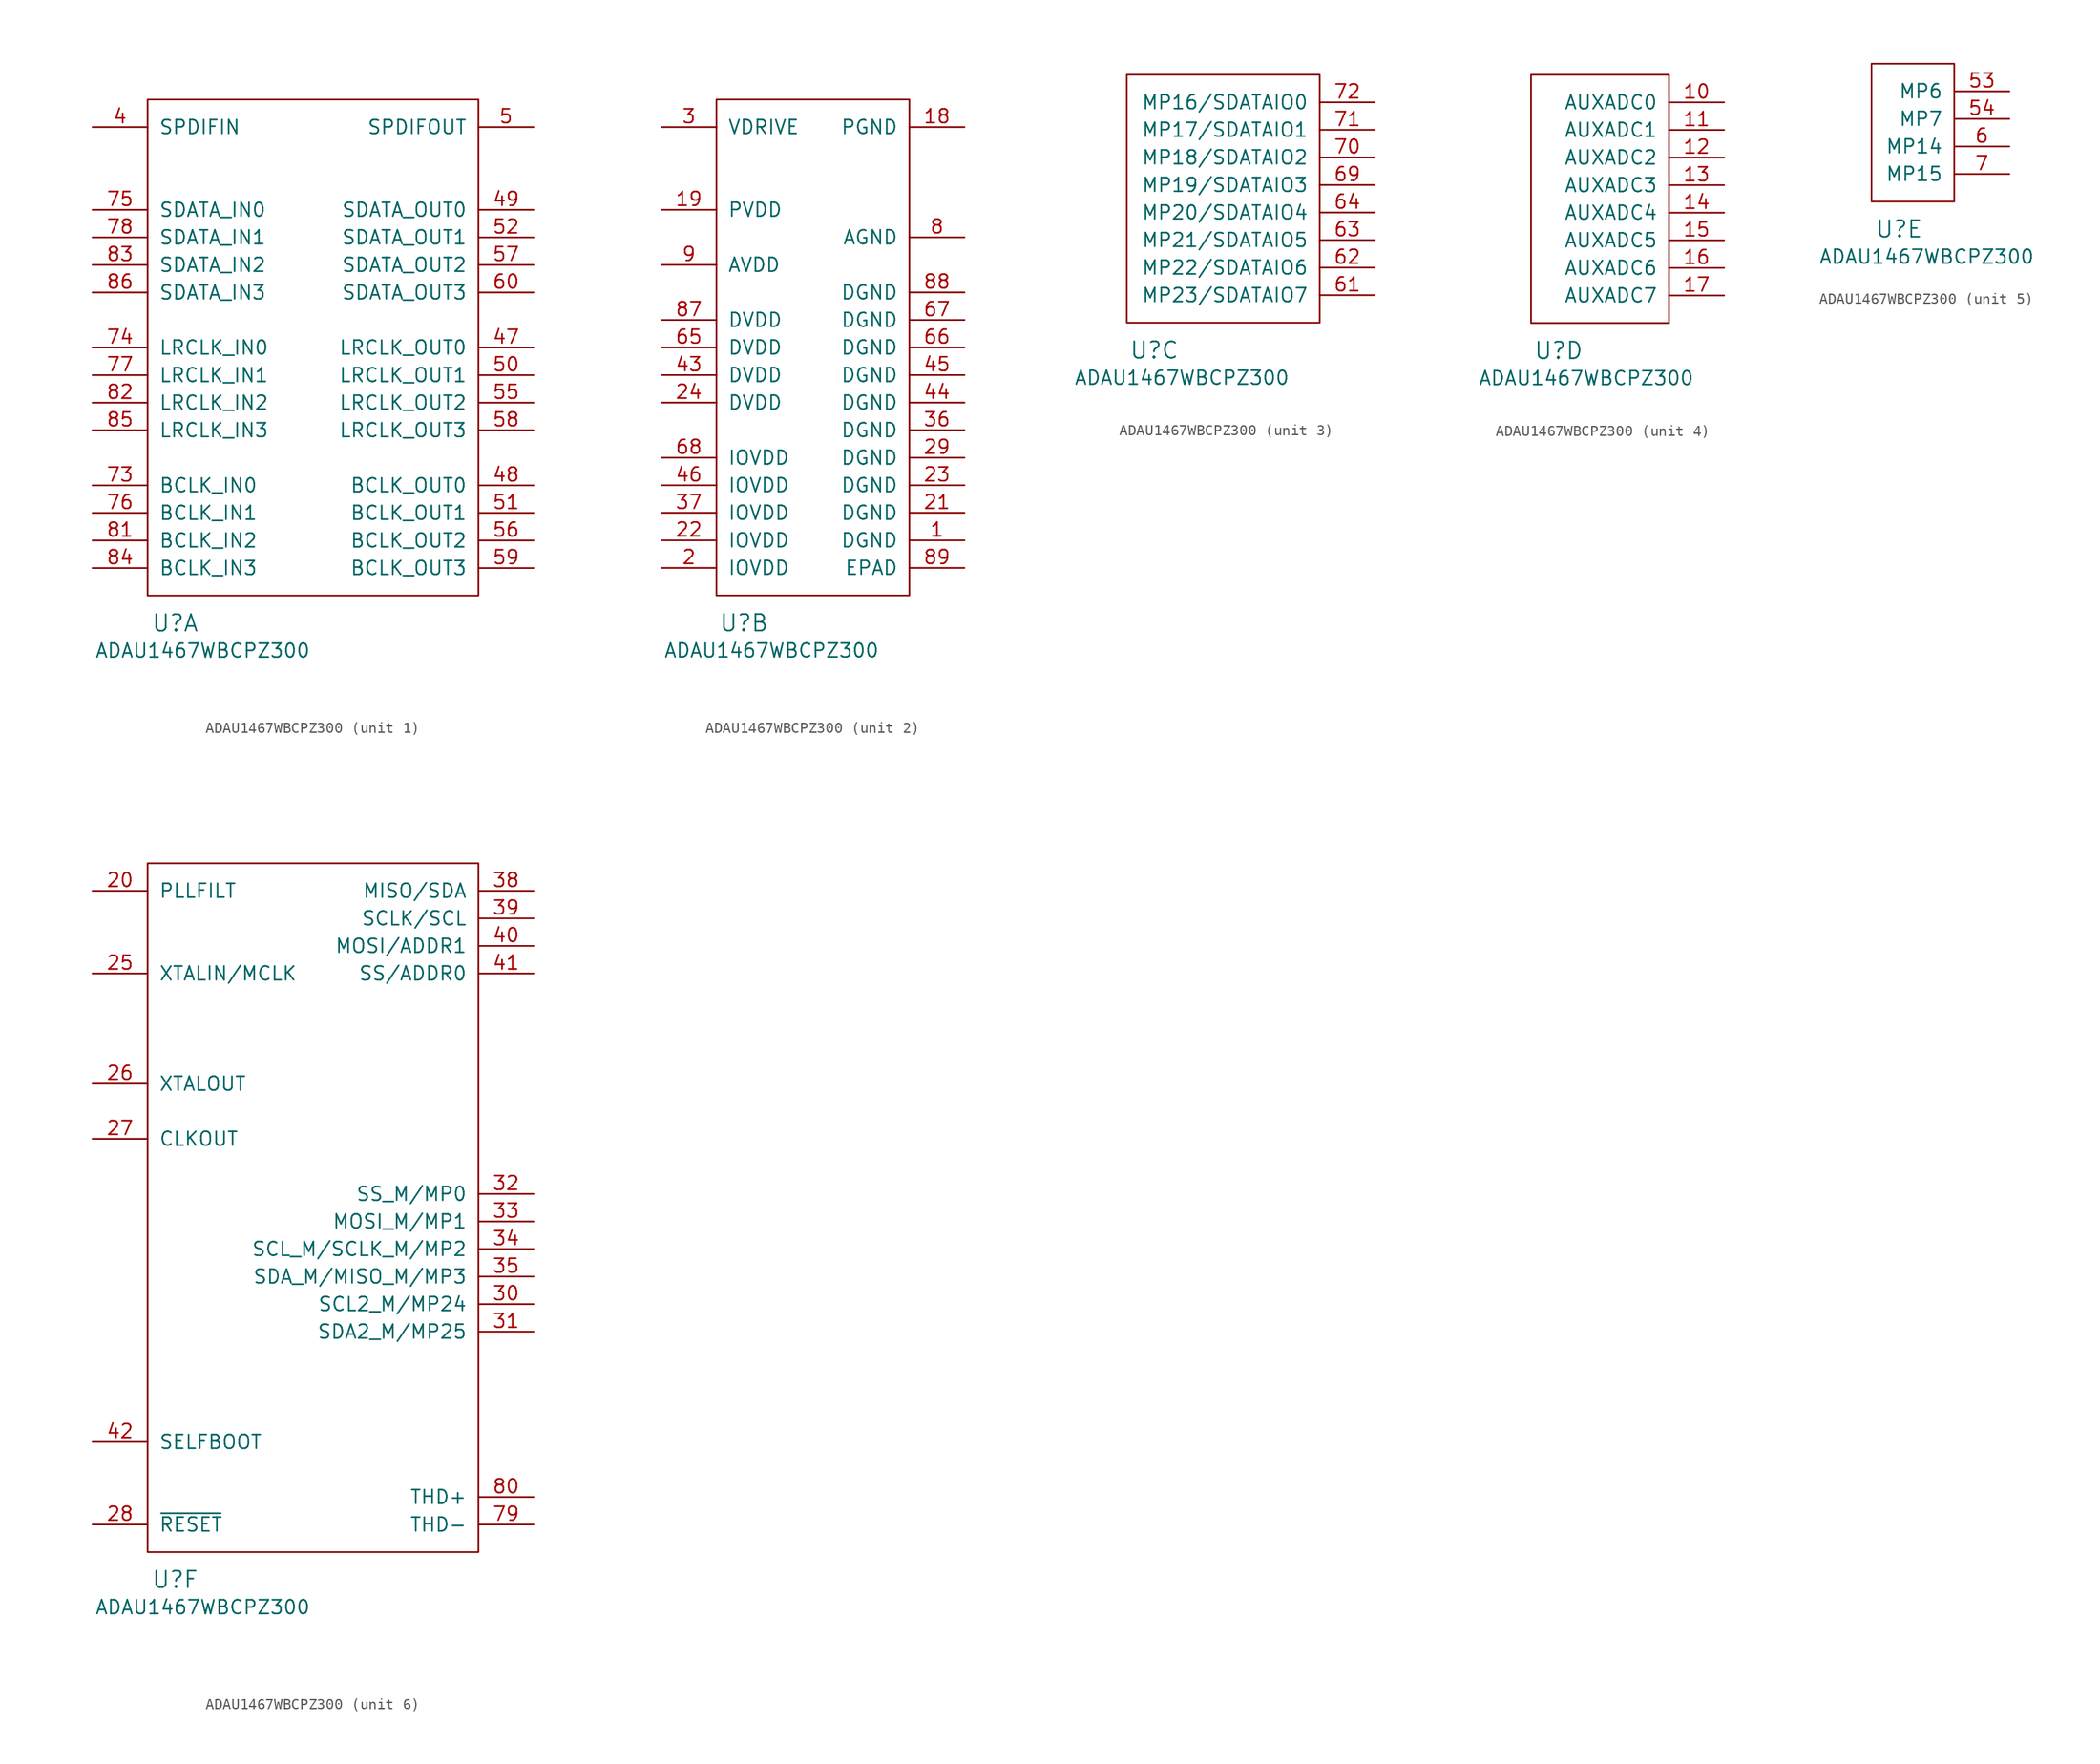
<source format=kicad_sym>
(kicad_symbol_lib
  (version 20220914)
  (generator kicad_symbol_editor)
  (symbol "ADAU1467WBCPZ300"
    (pin_names
      (offset 1.016))
    (property "Reference" "U"
      (at 2.54 -2.54 0)
      (effects (font (size 1.524 1.524))))
    (property "Value" "ADAU1467WBCPZ300"
      (at 5.08 -5.08 0)
      (effects (font (size 1.27 1.27))))
    (property "ki_locked" ""
      (at 0 0 0)
      (effects (font (size 1.27 1.27))))
    (symbol "ADAU1467WBCPZ300_1_1"
      (rectangle (start 0 0) (end 30.48 45.72) (stroke (width 0) (type solid)) (fill (type none)))
      (pin input line (at -5.08 43.18 0) (length 5.08) (name "SPDIFIN" (effects (font (size 1.27 1.27)))) (number "4" (effects (font (size 1.27 1.27)))))
      (pin output line (at 35.56 22.86 180) (length 5.08) (name "LRCLK_OUT0" (effects (font (size 1.27 1.27)))) (number "47" (effects (font (size 1.27 1.27)))))
      (pin output line (at 35.56 10.16 180) (length 5.08) (name "BCLK_OUT0" (effects (font (size 1.27 1.27)))) (number "48" (effects (font (size 1.27 1.27)))))
      (pin output line (at 35.56 35.56 180) (length 5.08) (name "SDATA_OUT0" (effects (font (size 1.27 1.27)))) (number "49" (effects (font (size 1.27 1.27)))))
      (pin output line (at 35.56 43.18 180) (length 5.08) (name "SPDIFOUT" (effects (font (size 1.27 1.27)))) (number "5" (effects (font (size 1.27 1.27)))))
      (pin output line (at 35.56 20.32 180) (length 5.08) (name "LRCLK_OUT1" (effects (font (size 1.27 1.27)))) (number "50" (effects (font (size 1.27 1.27)))))
      (pin output line (at 35.56 7.62 180) (length 5.08) (name "BCLK_OUT1" (effects (font (size 1.27 1.27)))) (number "51" (effects (font (size 1.27 1.27)))))
      (pin output line (at 35.56 33.02 180) (length 5.08) (name "SDATA_OUT1" (effects (font (size 1.27 1.27)))) (number "52" (effects (font (size 1.27 1.27)))))
      (pin output line (at 35.56 17.78 180) (length 5.08) (name "LRCLK_OUT2" (effects (font (size 1.27 1.27)))) (number "55" (effects (font (size 1.27 1.27)))))
      (pin output line (at 35.56 5.08 180) (length 5.08) (name "BCLK_OUT2" (effects (font (size 1.27 1.27)))) (number "56" (effects (font (size 1.27 1.27)))))
      (pin output line (at 35.56 30.48 180) (length 5.08) (name "SDATA_OUT2" (effects (font (size 1.27 1.27)))) (number "57" (effects (font (size 1.27 1.27)))))
      (pin output line (at 35.56 15.24 180) (length 5.08) (name "LRCLK_OUT3" (effects (font (size 1.27 1.27)))) (number "58" (effects (font (size 1.27 1.27)))))
      (pin output line (at 35.56 2.54 180) (length 5.08) (name "BCLK_OUT3" (effects (font (size 1.27 1.27)))) (number "59" (effects (font (size 1.27 1.27)))))
      (pin output line (at 35.56 27.94 180) (length 5.08) (name "SDATA_OUT3" (effects (font (size 1.27 1.27)))) (number "60" (effects (font (size 1.27 1.27)))))
      (pin input line (at -5.08 10.16 0) (length 5.08) (name "BCLK_IN0" (effects (font (size 1.27 1.27)))) (number "73" (effects (font (size 1.27 1.27)))))
      (pin input line (at -5.08 22.86 0) (length 5.08) (name "LRCLK_IN0" (effects (font (size 1.27 1.27)))) (number "74" (effects (font (size 1.27 1.27)))))
      (pin input line (at -5.08 35.56 0) (length 5.08) (name "SDATA_IN0" (effects (font (size 1.27 1.27)))) (number "75" (effects (font (size 1.27 1.27)))))
      (pin input line (at -5.08 7.62 0) (length 5.08) (name "BCLK_IN1" (effects (font (size 1.27 1.27)))) (number "76" (effects (font (size 1.27 1.27)))))
      (pin input line (at -5.08 20.32 0) (length 5.08) (name "LRCLK_IN1" (effects (font (size 1.27 1.27)))) (number "77" (effects (font (size 1.27 1.27)))))
      (pin input line (at -5.08 33.02 0) (length 5.08) (name "SDATA_IN1" (effects (font (size 1.27 1.27)))) (number "78" (effects (font (size 1.27 1.27)))))
      (pin input line (at -5.08 5.08 0) (length 5.08) (name "BCLK_IN2" (effects (font (size 1.27 1.27)))) (number "81" (effects (font (size 1.27 1.27)))))
      (pin input line (at -5.08 17.78 0) (length 5.08) (name "LRCLK_IN2" (effects (font (size 1.27 1.27)))) (number "82" (effects (font (size 1.27 1.27)))))
      (pin input line (at -5.08 30.48 0) (length 5.08) (name "SDATA_IN2" (effects (font (size 1.27 1.27)))) (number "83" (effects (font (size 1.27 1.27)))))
      (pin input line (at -5.08 2.54 0) (length 5.08) (name "BCLK_IN3" (effects (font (size 1.27 1.27)))) (number "84" (effects (font (size 1.27 1.27)))))
      (pin input line (at -5.08 15.24 0) (length 5.08) (name "LRCLK_IN3" (effects (font (size 1.27 1.27)))) (number "85" (effects (font (size 1.27 1.27)))))
      (pin input line (at -5.08 27.94 0) (length 5.08) (name "SDATA_IN3" (effects (font (size 1.27 1.27)))) (number "86" (effects (font (size 1.27 1.27))))))
    (symbol "ADAU1467WBCPZ300_2_1"
      (rectangle (start 0 0) (end 17.78 45.72) (stroke (width 0) (type solid)) (fill (type none)))
      (pin power_in line (at 22.86 5.08 180) (length 5.08) (name "DGND" (effects (font (size 1.27 1.27)))) (number "1" (effects (font (size 1.27 1.27)))))
      (pin power_in line (at 22.86 43.18 180) (length 5.08) (name "PGND" (effects (font (size 1.27 1.27)))) (number "18" (effects (font (size 1.27 1.27)))))
      (pin power_in line (at -5.08 35.56 0) (length 5.08) (name "PVDD" (effects (font (size 1.27 1.27)))) (number "19" (effects (font (size 1.27 1.27)))))
      (pin power_in line (at -5.08 2.54 0) (length 5.08) (name "IOVDD" (effects (font (size 1.27 1.27)))) (number "2" (effects (font (size 1.27 1.27)))))
      (pin power_in line (at 22.86 7.62 180) (length 5.08) (name "DGND" (effects (font (size 1.27 1.27)))) (number "21" (effects (font (size 1.27 1.27)))))
      (pin power_in line (at -5.08 5.08 0) (length 5.08) (name "IOVDD" (effects (font (size 1.27 1.27)))) (number "22" (effects (font (size 1.27 1.27)))))
      (pin power_in line (at 22.86 10.16 180) (length 5.08) (name "DGND" (effects (font (size 1.27 1.27)))) (number "23" (effects (font (size 1.27 1.27)))))
      (pin power_in line (at -5.08 17.78 0) (length 5.08) (name "DVDD" (effects (font (size 1.27 1.27)))) (number "24" (effects (font (size 1.27 1.27)))))
      (pin power_in line (at 22.86 12.7 180) (length 5.08) (name "DGND" (effects (font (size 1.27 1.27)))) (number "29" (effects (font (size 1.27 1.27)))))
      (pin output line (at -5.08 43.18 0) (length 5.08) (name "VDRIVE" (effects (font (size 1.27 1.27)))) (number "3" (effects (font (size 1.27 1.27)))))
      (pin power_in line (at 22.86 15.24 180) (length 5.08) (name "DGND" (effects (font (size 1.27 1.27)))) (number "36" (effects (font (size 1.27 1.27)))))
      (pin power_in line (at -5.08 7.62 0) (length 5.08) (name "IOVDD" (effects (font (size 1.27 1.27)))) (number "37" (effects (font (size 1.27 1.27)))))
      (pin power_in line (at -5.08 20.32 0) (length 5.08) (name "DVDD" (effects (font (size 1.27 1.27)))) (number "43" (effects (font (size 1.27 1.27)))))
      (pin power_in line (at 22.86 17.78 180) (length 5.08) (name "DGND" (effects (font (size 1.27 1.27)))) (number "44" (effects (font (size 1.27 1.27)))))
      (pin power_in line (at 22.86 20.32 180) (length 5.08) (name "DGND" (effects (font (size 1.27 1.27)))) (number "45" (effects (font (size 1.27 1.27)))))
      (pin power_in line (at -5.08 10.16 0) (length 5.08) (name "IOVDD" (effects (font (size 1.27 1.27)))) (number "46" (effects (font (size 1.27 1.27)))))
      (pin power_in line (at -5.08 22.86 0) (length 5.08) (name "DVDD" (effects (font (size 1.27 1.27)))) (number "65" (effects (font (size 1.27 1.27)))))
      (pin power_in line (at 22.86 22.86 180) (length 5.08) (name "DGND" (effects (font (size 1.27 1.27)))) (number "66" (effects (font (size 1.27 1.27)))))
      (pin power_in line (at 22.86 25.4 180) (length 5.08) (name "DGND" (effects (font (size 1.27 1.27)))) (number "67" (effects (font (size 1.27 1.27)))))
      (pin power_in line (at -5.08 12.7 0) (length 5.08) (name "IOVDD" (effects (font (size 1.27 1.27)))) (number "68" (effects (font (size 1.27 1.27)))))
      (pin power_in line (at 22.86 33.02 180) (length 5.08) (name "AGND" (effects (font (size 1.27 1.27)))) (number "8" (effects (font (size 1.27 1.27)))))
      (pin power_in line (at -5.08 25.4 0) (length 5.08) (name "DVDD" (effects (font (size 1.27 1.27)))) (number "87" (effects (font (size 1.27 1.27)))))
      (pin power_in line (at 22.86 27.94 180) (length 5.08) (name "DGND" (effects (font (size 1.27 1.27)))) (number "88" (effects (font (size 1.27 1.27)))))
      (pin power_in line (at 22.86 2.54 180) (length 5.08) (name "EPAD" (effects (font (size 1.27 1.27)))) (number "89" (effects (font (size 1.27 1.27)))))
      (pin power_in line (at -5.08 30.48 0) (length 5.08) (name "AVDD" (effects (font (size 1.27 1.27)))) (number "9" (effects (font (size 1.27 1.27))))))
    (symbol "ADAU1467WBCPZ300_3_1"
      (rectangle (start 0 0) (end 17.78 22.86) (stroke (width 0) (type solid)) (fill (type none)))
      (pin bidirectional line (at 22.86 2.54 180) (length 5.08) (name "MP23/SDATAIO7" (effects (font (size 1.27 1.27)))) (number "61" (effects (font (size 1.27 1.27)))))
      (pin bidirectional line (at 22.86 5.08 180) (length 5.08) (name "MP22/SDATAIO6" (effects (font (size 1.27 1.27)))) (number "62" (effects (font (size 1.27 1.27)))))
      (pin bidirectional line (at 22.86 7.62 180) (length 5.08) (name "MP21/SDATAIO5" (effects (font (size 1.27 1.27)))) (number "63" (effects (font (size 1.27 1.27)))))
      (pin bidirectional line (at 22.86 10.16 180) (length 5.08) (name "MP20/SDATAIO4" (effects (font (size 1.27 1.27)))) (number "64" (effects (font (size 1.27 1.27)))))
      (pin bidirectional line (at 22.86 12.7 180) (length 5.08) (name "MP19/SDATAIO3" (effects (font (size 1.27 1.27)))) (number "69" (effects (font (size 1.27 1.27)))))
      (pin bidirectional line (at 22.86 15.24 180) (length 5.08) (name "MP18/SDATAIO2" (effects (font (size 1.27 1.27)))) (number "70" (effects (font (size 1.27 1.27)))))
      (pin bidirectional line (at 22.86 17.78 180) (length 5.08) (name "MP17/SDATAIO1" (effects (font (size 1.27 1.27)))) (number "71" (effects (font (size 1.27 1.27)))))
      (pin bidirectional line (at 22.86 20.32 180) (length 5.08) (name "MP16/SDATAIO0" (effects (font (size 1.27 1.27)))) (number "72" (effects (font (size 1.27 1.27))))))
    (symbol "ADAU1467WBCPZ300_4_1"
      (rectangle (start 0 0) (end 12.7 22.86) (stroke (width 0) (type solid)) (fill (type none)))
      (pin input line (at 17.78 20.32 180) (length 5.08) (name "AUXADC0" (effects (font (size 1.27 1.27)))) (number "10" (effects (font (size 1.27 1.27)))))
      (pin input line (at 17.78 17.78 180) (length 5.08) (name "AUXADC1" (effects (font (size 1.27 1.27)))) (number "11" (effects (font (size 1.27 1.27)))))
      (pin input line (at 17.78 15.24 180) (length 5.08) (name "AUXADC2" (effects (font (size 1.27 1.27)))) (number "12" (effects (font (size 1.27 1.27)))))
      (pin input line (at 17.78 12.7 180) (length 5.08) (name "AUXADC3" (effects (font (size 1.27 1.27)))) (number "13" (effects (font (size 1.27 1.27)))))
      (pin input line (at 17.78 10.16 180) (length 5.08) (name "AUXADC4" (effects (font (size 1.27 1.27)))) (number "14" (effects (font (size 1.27 1.27)))))
      (pin input line (at 17.78 7.62 180) (length 5.08) (name "AUXADC5" (effects (font (size 1.27 1.27)))) (number "15" (effects (font (size 1.27 1.27)))))
      (pin input line (at 17.78 5.08 180) (length 5.08) (name "AUXADC6" (effects (font (size 1.27 1.27)))) (number "16" (effects (font (size 1.27 1.27)))))
      (pin input line (at 17.78 2.54 180) (length 5.08) (name "AUXADC7" (effects (font (size 1.27 1.27)))) (number "17" (effects (font (size 1.27 1.27))))))
    (symbol "ADAU1467WBCPZ300_5_1"
      (rectangle (start 0 0) (end 7.62 12.7) (stroke (width 0) (type solid)) (fill (type none)))
      (pin bidirectional line (at 12.7 10.16 180) (length 5.08) (name "MP6" (effects (font (size 1.27 1.27)))) (number "53" (effects (font (size 1.27 1.27)))))
      (pin bidirectional line (at 12.7 7.62 180) (length 5.08) (name "MP7" (effects (font (size 1.27 1.27)))) (number "54" (effects (font (size 1.27 1.27)))))
      (pin bidirectional line (at 12.7 5.08 180) (length 5.08) (name "MP14" (effects (font (size 1.27 1.27)))) (number "6" (effects (font (size 1.27 1.27)))))
      (pin bidirectional line (at 12.7 2.54 180) (length 5.08) (name "MP15" (effects (font (size 1.27 1.27)))) (number "7" (effects (font (size 1.27 1.27))))))
    (symbol "ADAU1467WBCPZ300_6_1"
      (rectangle (start 0 0) (end 30.48 63.5) (stroke (width 0) (type solid)) (fill (type none)))
      (pin passive line (at -5.08 60.96 0) (length 5.08) (name "PLLFILT" (effects (font (size 1.27 1.27)))) (number "20" (effects (font (size 1.27 1.27)))))
      (pin input line (at -5.08 53.34 0) (length 5.08) (name "XTALIN/MCLK" (effects (font (size 1.27 1.27)))) (number "25" (effects (font (size 1.27 1.27)))))
      (pin output line (at -5.08 43.18 0) (length 5.08) (name "XTALOUT" (effects (font (size 1.27 1.27)))) (number "26" (effects (font (size 1.27 1.27)))))
      (pin output line (at -5.08 38.1 0) (length 5.08) (name "CLKOUT" (effects (font (size 1.27 1.27)))) (number "27" (effects (font (size 1.27 1.27)))))
      (pin input line (at -5.08 2.54 0) (length 5.08) (name "~{RESET}" (effects (font (size 1.27 1.27)))) (number "28" (effects (font (size 1.27 1.27)))))
      (pin open_collector line (at 35.56 22.86 180) (length 5.08) (name "SCL2_M/MP24" (effects (font (size 1.27 1.27)))) (number "30" (effects (font (size 1.27 1.27)))))
      (pin bidirectional line (at 35.56 20.32 180) (length 5.08) (name "SDA2_M/MP25" (effects (font (size 1.27 1.27)))) (number "31" (effects (font (size 1.27 1.27)))))
      (pin input line (at 35.56 33.02 180) (length 5.08) (name "SS_M/MP0" (effects (font (size 1.27 1.27)))) (number "32" (effects (font (size 1.27 1.27)))))
      (pin input line (at 35.56 30.48 180) (length 5.08) (name "MOSI_M/MP1" (effects (font (size 1.27 1.27)))) (number "33" (effects (font (size 1.27 1.27)))))
      (pin input line (at 35.56 27.94 180) (length 5.08) (name "SCL_M/SCLK_M/MP2" (effects (font (size 1.27 1.27)))) (number "34" (effects (font (size 1.27 1.27)))))
      (pin input line (at 35.56 25.4 180) (length 5.08) (name "SDA_M/MISO_M/MP3" (effects (font (size 1.27 1.27)))) (number "35" (effects (font (size 1.27 1.27)))))
      (pin bidirectional line (at 35.56 60.96 180) (length 5.08) (name "MISO/SDA" (effects (font (size 1.27 1.27)))) (number "38" (effects (font (size 1.27 1.27)))))
      (pin input line (at 35.56 58.42 180) (length 5.08) (name "SCLK/SCL" (effects (font (size 1.27 1.27)))) (number "39" (effects (font (size 1.27 1.27)))))
      (pin bidirectional line (at 35.56 55.88 180) (length 5.08) (name "MOSI/ADDR1" (effects (font (size 1.27 1.27)))) (number "40" (effects (font (size 1.27 1.27)))))
      (pin input line (at 35.56 53.34 180) (length 5.08) (name "SS/ADDR0" (effects (font (size 1.27 1.27)))) (number "41" (effects (font (size 1.27 1.27)))))
      (pin output line (at -5.08 10.16 0) (length 5.08) (name "SELFBOOT" (effects (font (size 1.27 1.27)))) (number "42" (effects (font (size 1.27 1.27)))))
      (pin passive line (at 35.56 2.54 180) (length 5.08) (name "THD-" (effects (font (size 1.27 1.27)))) (number "79" (effects (font (size 1.27 1.27)))))
      (pin passive line (at 35.56 5.08 180) (length 5.08) (name "THD+" (effects (font (size 1.27 1.27)))) (number "80" (effects (font (size 1.27 1.27))))))))
</source>
